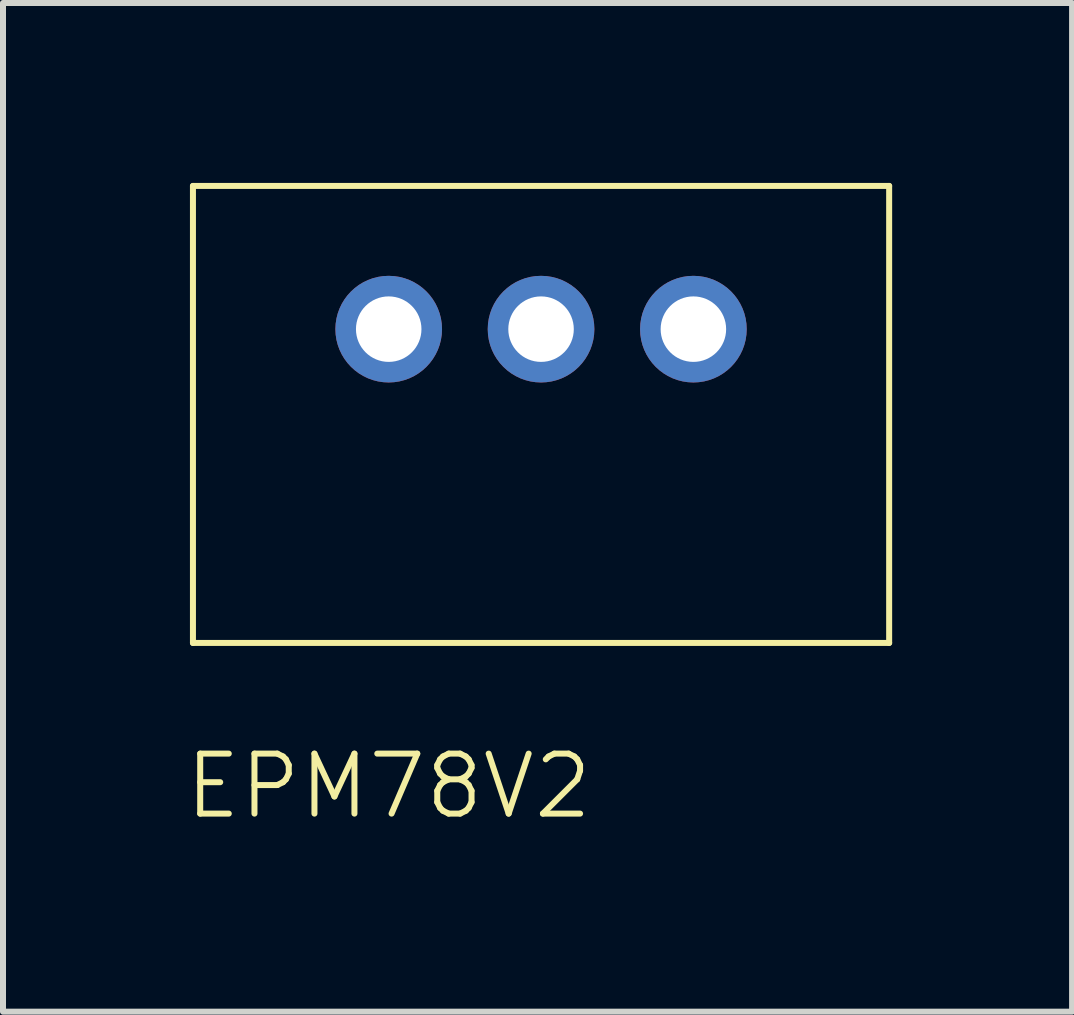
<source format=kicad_pcb>
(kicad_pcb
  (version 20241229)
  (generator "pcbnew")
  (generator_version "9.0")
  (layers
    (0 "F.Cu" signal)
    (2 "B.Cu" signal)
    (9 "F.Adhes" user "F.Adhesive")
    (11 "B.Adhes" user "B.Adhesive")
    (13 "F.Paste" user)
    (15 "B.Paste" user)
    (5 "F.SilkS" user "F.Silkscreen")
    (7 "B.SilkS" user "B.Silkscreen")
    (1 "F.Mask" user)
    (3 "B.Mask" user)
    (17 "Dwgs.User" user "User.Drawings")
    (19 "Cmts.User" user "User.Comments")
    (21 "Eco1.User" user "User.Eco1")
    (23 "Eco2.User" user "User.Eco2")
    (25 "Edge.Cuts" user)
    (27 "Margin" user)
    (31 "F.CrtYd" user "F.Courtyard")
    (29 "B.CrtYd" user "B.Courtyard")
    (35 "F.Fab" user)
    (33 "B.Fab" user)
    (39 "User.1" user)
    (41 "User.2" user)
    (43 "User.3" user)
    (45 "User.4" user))
  (footprint "EPM78V2"
    (layer "F.Cu")
    (at 5.971 2.438)
    (property "Reference" "EPM78V2" (at -2.54 7.62 0) (unlocked yes) (layer "F.SilkS") (effects (font (size 1 1) (thickness 0.1))))
    (attr through_hole)
    (fp_line (start -5.804 -2.388) (end -5.804 5.232) (stroke (width 0.1) (type default)) (layer "F.SilkS"))
    (fp_line (start -5.804 -2.388) (end 5.804 -2.388) (stroke (width 0.1) (type default)) (layer "F.SilkS"))
    (fp_line (start 5.804 5.232) (end -5.804 5.232) (stroke (width 0.1) (type default)) (layer "F.SilkS"))
    (fp_line (start 5.804 5.232) (end 5.804 -2.388) (stroke (width 0.1) (type default)) (layer "F.SilkS"))
    (pad "1" thru_hole circle (at -2.54 0) (size 1.778 1.778) (drill 1.092) (layers "*.Cu" "*.Mask"))
    (pad "2" thru_hole circle (at 0 0) (size 1.778 1.778) (drill 1.092) (layers "*.Cu" "*.Mask"))
    (pad "3" thru_hole circle (at 2.54 0) (size 1.778 1.778) (drill 1.092) (layers "*.Cu" "*.Mask")))
  (gr_rect
    (start -3 -3)
    (end 14.825 13.818)
    (stroke (width 0.1) (type default))
    (fill no)
    (layer "Edge.Cuts")))
</source>
